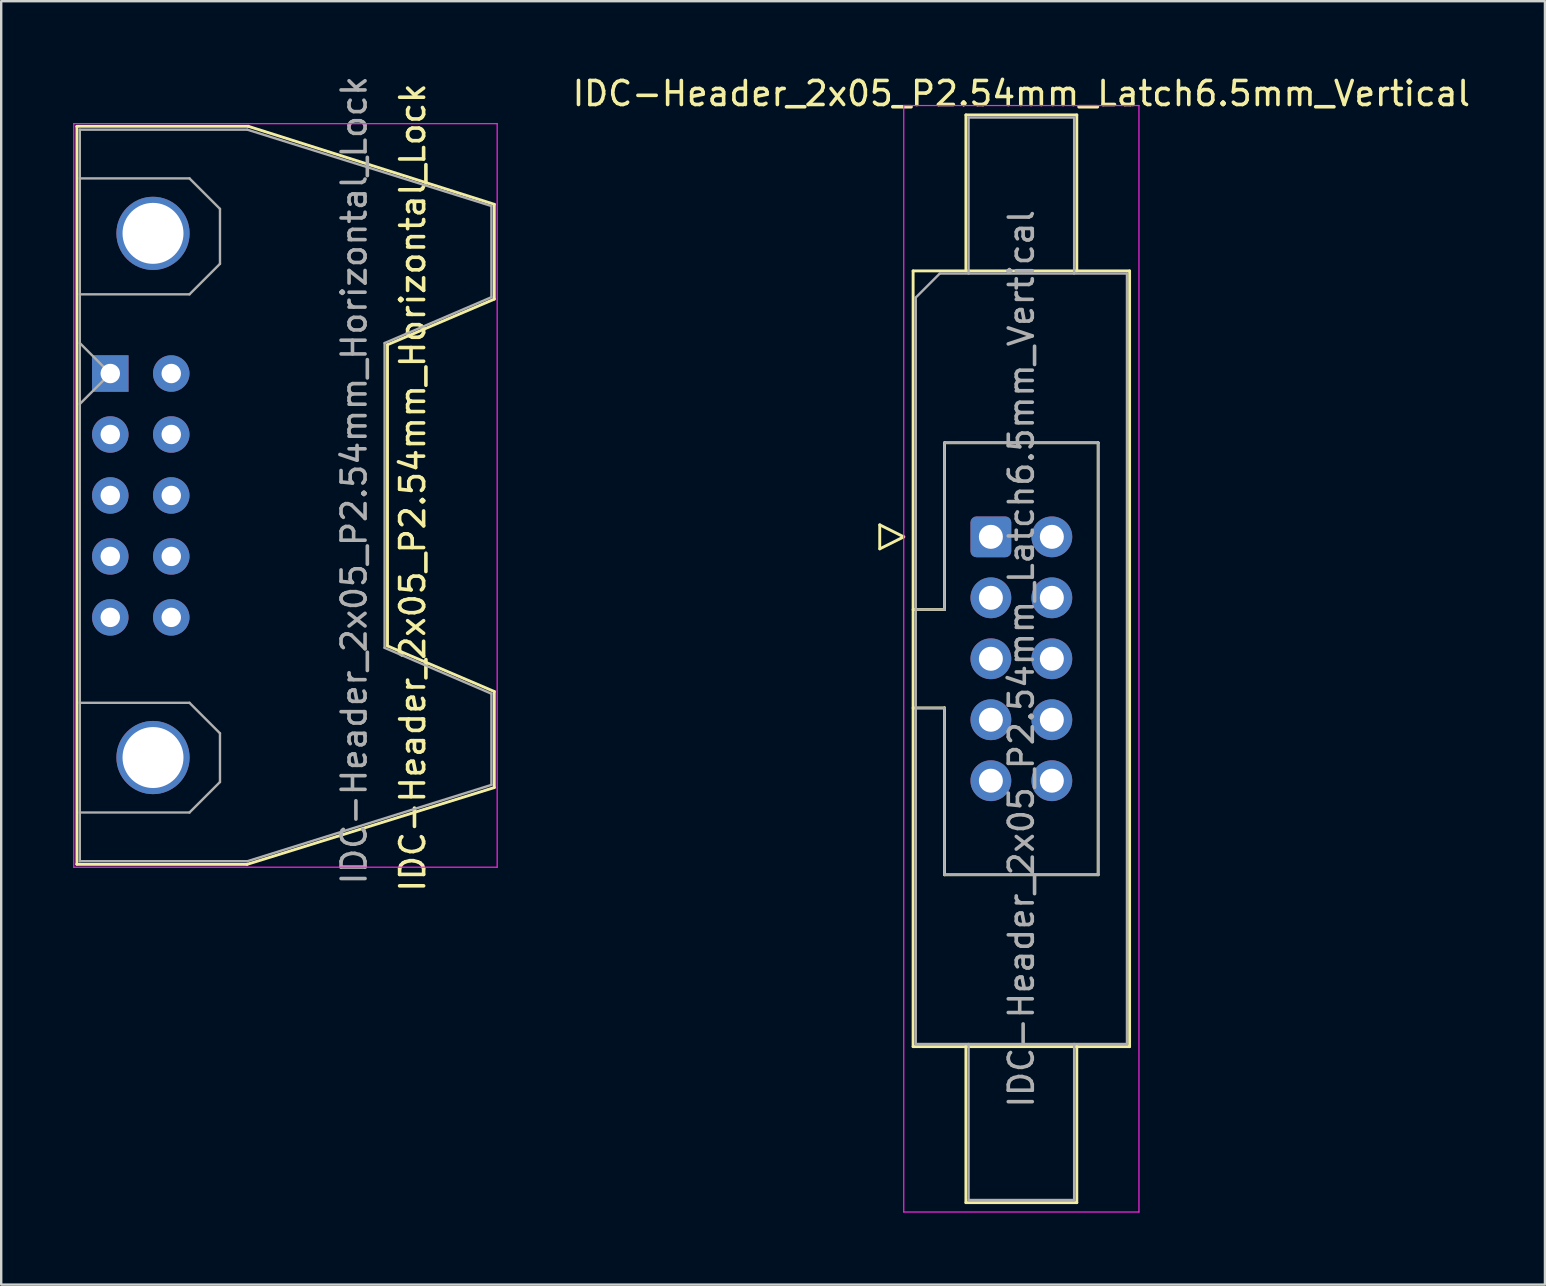
<source format=kicad_pcb>
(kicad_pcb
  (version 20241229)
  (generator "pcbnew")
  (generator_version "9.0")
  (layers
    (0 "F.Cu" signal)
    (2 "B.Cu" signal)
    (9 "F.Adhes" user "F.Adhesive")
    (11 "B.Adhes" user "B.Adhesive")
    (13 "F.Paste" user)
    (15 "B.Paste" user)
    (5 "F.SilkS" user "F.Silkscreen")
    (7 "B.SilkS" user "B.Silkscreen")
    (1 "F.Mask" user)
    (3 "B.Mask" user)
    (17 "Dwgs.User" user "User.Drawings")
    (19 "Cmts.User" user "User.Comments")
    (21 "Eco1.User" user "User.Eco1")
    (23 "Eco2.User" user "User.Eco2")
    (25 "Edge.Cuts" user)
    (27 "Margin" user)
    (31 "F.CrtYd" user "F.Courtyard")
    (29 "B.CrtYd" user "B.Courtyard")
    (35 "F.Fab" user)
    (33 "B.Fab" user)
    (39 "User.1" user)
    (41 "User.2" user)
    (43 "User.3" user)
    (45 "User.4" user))
  (footprint "IDC-Header_2x05_P2.54mm_Latch6.5mm_Vertical"
    (layer "F.Cu")
    (at 38.235 19.318)
    (property "Reference" "IDC-Header_2x05_P2.54mm_Latch6.5mm_Vertical" (at 1.27 -18.47 0) (layer "F.SilkS") (effects (font (size 1 1) (thickness 0.15))))
    (attr through_hole)
    (fp_line (start -4.63 -0.5) (end -4.63 0.5) (stroke (width 0.12) (type solid)) (layer "F.SilkS"))
    (fp_line (start -4.63 0.5) (end -3.63 0) (stroke (width 0.12) (type solid)) (layer "F.SilkS"))
    (fp_line (start -3.63 0) (end -4.63 -0.5) (stroke (width 0.12) (type solid)) (layer "F.SilkS"))
    (fp_line (start -3.24 -11.08) (end 5.78 -11.08) (stroke (width 0.12) (type solid)) (layer "F.SilkS"))
    (fp_line (start -3.24 3.03) (end -1.93 3.03) (stroke (width 0.12) (type solid)) (layer "F.SilkS"))
    (fp_line (start -3.24 21.24) (end -3.24 -11.08) (stroke (width 0.12) (type solid)) (layer "F.SilkS"))
    (fp_line (start -1.93 -3.92) (end 4.47 -3.92) (stroke (width 0.12) (type solid)) (layer "F.SilkS"))
    (fp_line (start -1.93 3.03) (end -1.93 -3.92) (stroke (width 0.12) (type solid)) (layer "F.SilkS"))
    (fp_line (start -1.93 7.13) (end -3.24 7.13) (stroke (width 0.12) (type solid)) (layer "F.SilkS"))
    (fp_line (start -1.93 7.13) (end -1.93 7.13) (stroke (width 0.12) (type solid)) (layer "F.SilkS"))
    (fp_line (start -1.93 14.08) (end -1.93 7.13) (stroke (width 0.12) (type solid)) (layer "F.SilkS"))
    (fp_line (start -1.04 -17.58) (end 3.58 -17.58) (stroke (width 0.12) (type solid)) (layer "F.SilkS"))
    (fp_line (start -1.04 -11.08) (end -1.04 -17.58) (stroke (width 0.12) (type solid)) (layer "F.SilkS"))
    (fp_line (start -1.04 21.24) (end -1.04 27.74) (stroke (width 0.12) (type solid)) (layer "F.SilkS"))
    (fp_line (start -1.04 27.74) (end 3.58 27.74) (stroke (width 0.12) (type solid)) (layer "F.SilkS"))
    (fp_line (start 3.58 -17.58) (end 3.58 -11.08) (stroke (width 0.12) (type solid)) (layer "F.SilkS"))
    (fp_line (start 3.58 27.74) (end 3.58 21.24) (stroke (width 0.12) (type solid)) (layer "F.SilkS"))
    (fp_line (start 4.47 -3.92) (end 4.47 14.08) (stroke (width 0.12) (type solid)) (layer "F.SilkS"))
    (fp_line (start 4.47 14.08) (end -1.93 14.08) (stroke (width 0.12) (type solid)) (layer "F.SilkS"))
    (fp_line (start 5.78 -11.08) (end 5.78 21.24) (stroke (width 0.12) (type solid)) (layer "F.SilkS"))
    (fp_line (start 5.78 21.24) (end -3.24 21.24) (stroke (width 0.12) (type solid)) (layer "F.SilkS"))
    (fp_line (start -3.63 -17.97) (end -3.63 28.13) (stroke (width 0.05) (type solid)) (layer "F.CrtYd"))
    (fp_line (start -3.63 28.13) (end 6.17 28.13) (stroke (width 0.05) (type solid)) (layer "F.CrtYd"))
    (fp_line (start 6.17 -17.97) (end -3.63 -17.97) (stroke (width 0.05) (type solid)) (layer "F.CrtYd"))
    (fp_line (start 6.17 28.13) (end 6.17 -17.97) (stroke (width 0.05) (type solid)) (layer "F.CrtYd"))
    (fp_line (start -3.13 -9.97) (end -2.13 -10.97) (stroke (width 0.1) (type solid)) (layer "F.Fab"))
    (fp_line (start -3.13 3.03) (end -1.93 3.03) (stroke (width 0.1) (type solid)) (layer "F.Fab"))
    (fp_line (start -3.13 21.13) (end -3.13 -9.97) (stroke (width 0.1) (type solid)) (layer "F.Fab"))
    (fp_line (start -2.13 -10.97) (end 5.67 -10.97) (stroke (width 0.1) (type solid)) (layer "F.Fab"))
    (fp_line (start -1.93 -3.92) (end 4.47 -3.92) (stroke (width 0.1) (type solid)) (layer "F.Fab"))
    (fp_line (start -1.93 3.03) (end -1.93 -3.92) (stroke (width 0.1) (type solid)) (layer "F.Fab"))
    (fp_line (start -1.93 7.13) (end -3.13 7.13) (stroke (width 0.1) (type solid)) (layer "F.Fab"))
    (fp_line (start -1.93 7.13) (end -1.93 7.13) (stroke (width 0.1) (type solid)) (layer "F.Fab"))
    (fp_line (start -1.93 14.08) (end -1.93 7.13) (stroke (width 0.1) (type solid)) (layer "F.Fab"))
    (fp_line (start -0.93 -17.47) (end 3.47 -17.47) (stroke (width 0.1) (type solid)) (layer "F.Fab"))
    (fp_line (start -0.93 -10.97) (end -0.93 -17.47) (stroke (width 0.1) (type solid)) (layer "F.Fab"))
    (fp_line (start -0.93 21.13) (end -0.93 27.63) (stroke (width 0.1) (type solid)) (layer "F.Fab"))
    (fp_line (start -0.93 27.63) (end 3.47 27.63) (stroke (width 0.1) (type solid)) (layer "F.Fab"))
    (fp_line (start 3.47 -17.47) (end 3.47 -10.97) (stroke (width 0.1) (type solid)) (layer "F.Fab"))
    (fp_line (start 3.47 27.63) (end 3.47 21.13) (stroke (width 0.1) (type solid)) (layer "F.Fab"))
    (fp_line (start 4.47 -3.92) (end 4.47 14.08) (stroke (width 0.1) (type solid)) (layer "F.Fab"))
    (fp_line (start 4.47 14.08) (end -1.93 14.08) (stroke (width 0.1) (type solid)) (layer "F.Fab"))
    (fp_line (start 5.67 -10.97) (end 5.67 21.13) (stroke (width 0.1) (type solid)) (layer "F.Fab"))
    (fp_line (start 5.67 21.13) (end -3.13 21.13) (stroke (width 0.1) (type solid)) (layer "F.Fab"))
    (fp_text user "${REFERENCE}" (at 1.27 5.08 90) (layer "F.Fab") (effects (font (size 1 1) (thickness 0.15))))
    (pad "1" thru_hole roundrect (at 0 0) (size 1.7 1.7) (drill 1) (layers "*.Cu" "*.Mask") (roundrect_rratio 0.147))
    (pad "2" thru_hole circle (at 2.54 0) (size 1.7 1.7) (drill 1) (layers "*.Cu" "*.Mask"))
    (pad "3" thru_hole circle (at 0 2.54) (size 1.7 1.7) (drill 1) (layers "*.Cu" "*.Mask"))
    (pad "4" thru_hole circle (at 2.54 2.54) (size 1.7 1.7) (drill 1) (layers "*.Cu" "*.Mask"))
    (pad "5" thru_hole circle (at 0 5.08) (size 1.7 1.7) (drill 1) (layers "*.Cu" "*.Mask"))
    (pad "6" thru_hole circle (at 2.54 5.08) (size 1.7 1.7) (drill 1) (layers "*.Cu" "*.Mask"))
    (pad "7" thru_hole circle (at 0 7.62) (size 1.7 1.7) (drill 1) (layers "*.Cu" "*.Mask"))
    (pad "8" thru_hole circle (at 2.54 7.62) (size 1.7 1.7) (drill 1) (layers "*.Cu" "*.Mask"))
    (pad "9" thru_hole circle (at 0 10.16) (size 1.7 1.7) (drill 1) (layers "*.Cu" "*.Mask"))
    (pad "10" thru_hole circle (at 2.54 10.16) (size 1.7 1.7) (drill 1) (layers "*.Cu" "*.Mask")))
  (footprint "IDC-Header_2x05_P2.54mm_Horizontal_Lock"
    (layer "F.Cu")
    (at 1.545 12.513)
    (property "Reference" "IDC-Header_2x05_P2.54mm_Horizontal_Lock" (at 12.6 4.75 90) (layer "F.SilkS") (effects (font (size 1 1) (thickness 0.15))))
    (attr through_hole)
    (fp_line (start -1.4 20.45) (end 5.7 20.45) (stroke (width 0.12) (type solid)) (layer "F.SilkS"))
    (fp_line (start -1.39 20.44) (end -1.39 -10.28) (stroke (width 0.12) (type solid)) (layer "F.SilkS"))
    (fp_line (start 5.7 20.45) (end 16 17.25) (stroke (width 0.12) (type solid)) (layer "F.SilkS"))
    (fp_line (start 5.75 -10.3) (end -1.4 -10.3) (stroke (width 0.12) (type solid)) (layer "F.SilkS"))
    (fp_line (start 11.55 -1.2) (end 16 -3.1) (stroke (width 0.12) (type solid)) (layer "F.SilkS"))
    (fp_line (start 11.55 11.35) (end 11.55 -1.2) (stroke (width 0.12) (type solid)) (layer "F.SilkS"))
    (fp_line (start 16 -7.05) (end 5.75 -10.3) (stroke (width 0.12) (type solid)) (layer "F.SilkS"))
    (fp_line (start 16 -3.1) (end 16 -7.05) (stroke (width 0.12) (type solid)) (layer "F.SilkS"))
    (fp_line (start 16 13.25) (end 11.55 11.35) (stroke (width 0.12) (type solid)) (layer "F.SilkS"))
    (fp_line (start 16 17.25) (end 16 13.25) (stroke (width 0.12) (type solid)) (layer "F.SilkS"))
    (fp_line (start -1.52 20.57) (end -1.52 -10.41) (stroke (width 0.05) (type solid)) (layer "F.CrtYd"))
    (fp_line (start -1.52 20.57) (end 16.12 20.57) (stroke (width 0.05) (type solid)) (layer "F.CrtYd"))
    (fp_line (start 16.12 -10.41) (end -1.52 -10.41) (stroke (width 0.05) (type solid)) (layer "F.CrtYd"))
    (fp_line (start 16.12 -10.41) (end 16.12 20.57) (stroke (width 0.05) (type solid)) (layer "F.CrtYd"))
    (fp_line (start -1.27 -10.16) (end -1.27 20.32) (stroke (width 0.1) (type solid)) (layer "F.Fab"))
    (fp_line (start -1.27 -10.16) (end 5.71 -10.16) (stroke (width 0.1) (type solid)) (layer "F.Fab"))
    (fp_line (start -1.27 -8.13) (end 3.3 -8.13) (stroke (width 0.1) (type solid)) (layer "F.Fab"))
    (fp_line (start -1.27 -1.27) (end 0 0) (stroke (width 0.1) (type solid)) (layer "F.Fab"))
    (fp_line (start -1.27 13.72) (end 3.3 13.72) (stroke (width 0.1) (type solid)) (layer "F.Fab"))
    (fp_line (start -1.27 20.32) (end 5.71 20.32) (stroke (width 0.1) (type solid)) (layer "F.Fab"))
    (fp_line (start 0 0) (end -1.27 1.27) (stroke (width 0.1) (type solid)) (layer "F.Fab"))
    (fp_line (start 3.3 -8.13) (end 4.57 -6.86) (stroke (width 0.1) (type solid)) (layer "F.Fab"))
    (fp_line (start 3.3 -3.3) (end -1.27 -3.3) (stroke (width 0.1) (type solid)) (layer "F.Fab"))
    (fp_line (start 3.3 13.72) (end 4.57 14.99) (stroke (width 0.1) (type solid)) (layer "F.Fab"))
    (fp_line (start 3.3 18.29) (end -1.27 18.29) (stroke (width 0.1) (type solid)) (layer "F.Fab"))
    (fp_line (start 4.57 -6.86) (end 4.57 -4.57) (stroke (width 0.1) (type solid)) (layer "F.Fab"))
    (fp_line (start 4.57 -4.57) (end 3.3 -3.3) (stroke (width 0.1) (type solid)) (layer "F.Fab"))
    (fp_line (start 4.57 14.99) (end 4.57 17.02) (stroke (width 0.1) (type solid)) (layer "F.Fab"))
    (fp_line (start 4.57 17.02) (end 3.3 18.29) (stroke (width 0.1) (type solid)) (layer "F.Fab"))
    (fp_line (start 5.71 -10.16) (end 15.88 -6.98) (stroke (width 0.1) (type solid)) (layer "F.Fab"))
    (fp_line (start 5.71 20.32) (end 15.88 17.14) (stroke (width 0.1) (type solid)) (layer "F.Fab"))
    (fp_line (start 11.43 11.43) (end 11.43 -1.27) (stroke (width 0.1) (type solid)) (layer "F.Fab"))
    (fp_line (start 15.88 -6.98) (end 15.88 -3.18) (stroke (width 0.1) (type solid)) (layer "F.Fab"))
    (fp_line (start 15.88 -3.18) (end 11.43 -1.27) (stroke (width 0.1) (type solid)) (layer "F.Fab"))
    (fp_line (start 15.88 13.34) (end 11.43 11.43) (stroke (width 0.1) (type solid)) (layer "F.Fab"))
    (fp_line (start 15.88 17.14) (end 15.88 13.34) (stroke (width 0.1) (type solid)) (layer "F.Fab"))
    (fp_text user "${REFERENCE}" (at 10.16 4.445 90) (layer "F.Fab") (effects (font (size 1 1) (thickness 0.15))))
    (pad "" thru_hole circle (at 1.78 -5.84 90) (size 3.05 3.05) (drill 2.54) (layers "*.Cu" "*.Mask"))
    (pad "" thru_hole circle (at 1.78 16 90) (size 3.05 3.05) (drill 2.54) (layers "*.Cu" "*.Mask"))
    (pad "1" thru_hole rect (at 0 0 90) (size 1.52 1.52) (drill 0.81) (layers "*.Cu" "*.Mask"))
    (pad "2" thru_hole circle (at 2.54 0 90) (size 1.52 1.52) (drill 0.81) (layers "*.Cu" "*.Mask"))
    (pad "3" thru_hole circle (at 0 2.54 90) (size 1.52 1.52) (drill 0.81) (layers "*.Cu" "*.Mask"))
    (pad "4" thru_hole circle (at 2.54 2.54 90) (size 1.52 1.52) (drill 0.81) (layers "*.Cu" "*.Mask"))
    (pad "5" thru_hole circle (at 0 5.08 90) (size 1.52 1.52) (drill 0.81) (layers "*.Cu" "*.Mask"))
    (pad "6" thru_hole circle (at 2.54 5.08 90) (size 1.52 1.52) (drill 0.81) (layers "*.Cu" "*.Mask"))
    (pad "7" thru_hole circle (at 0 7.62 90) (size 1.52 1.52) (drill 0.81) (layers "*.Cu" "*.Mask"))
    (pad "8" thru_hole circle (at 2.54 7.62 90) (size 1.52 1.52) (drill 0.81) (layers "*.Cu" "*.Mask"))
    (pad "9" thru_hole circle (at 0 10.16 90) (size 1.52 1.52) (drill 0.81) (layers "*.Cu" "*.Mask"))
    (pad "10" thru_hole circle (at 2.54 10.16 90) (size 1.52 1.52) (drill 0.81) (layers "*.Cu" "*.Mask")))
  (gr_rect
    (start -3 -3)
    (end 61.321 50.473)
    (stroke (width 0.1) (type default))
    (fill no)
    (layer "Edge.Cuts")))
</source>
